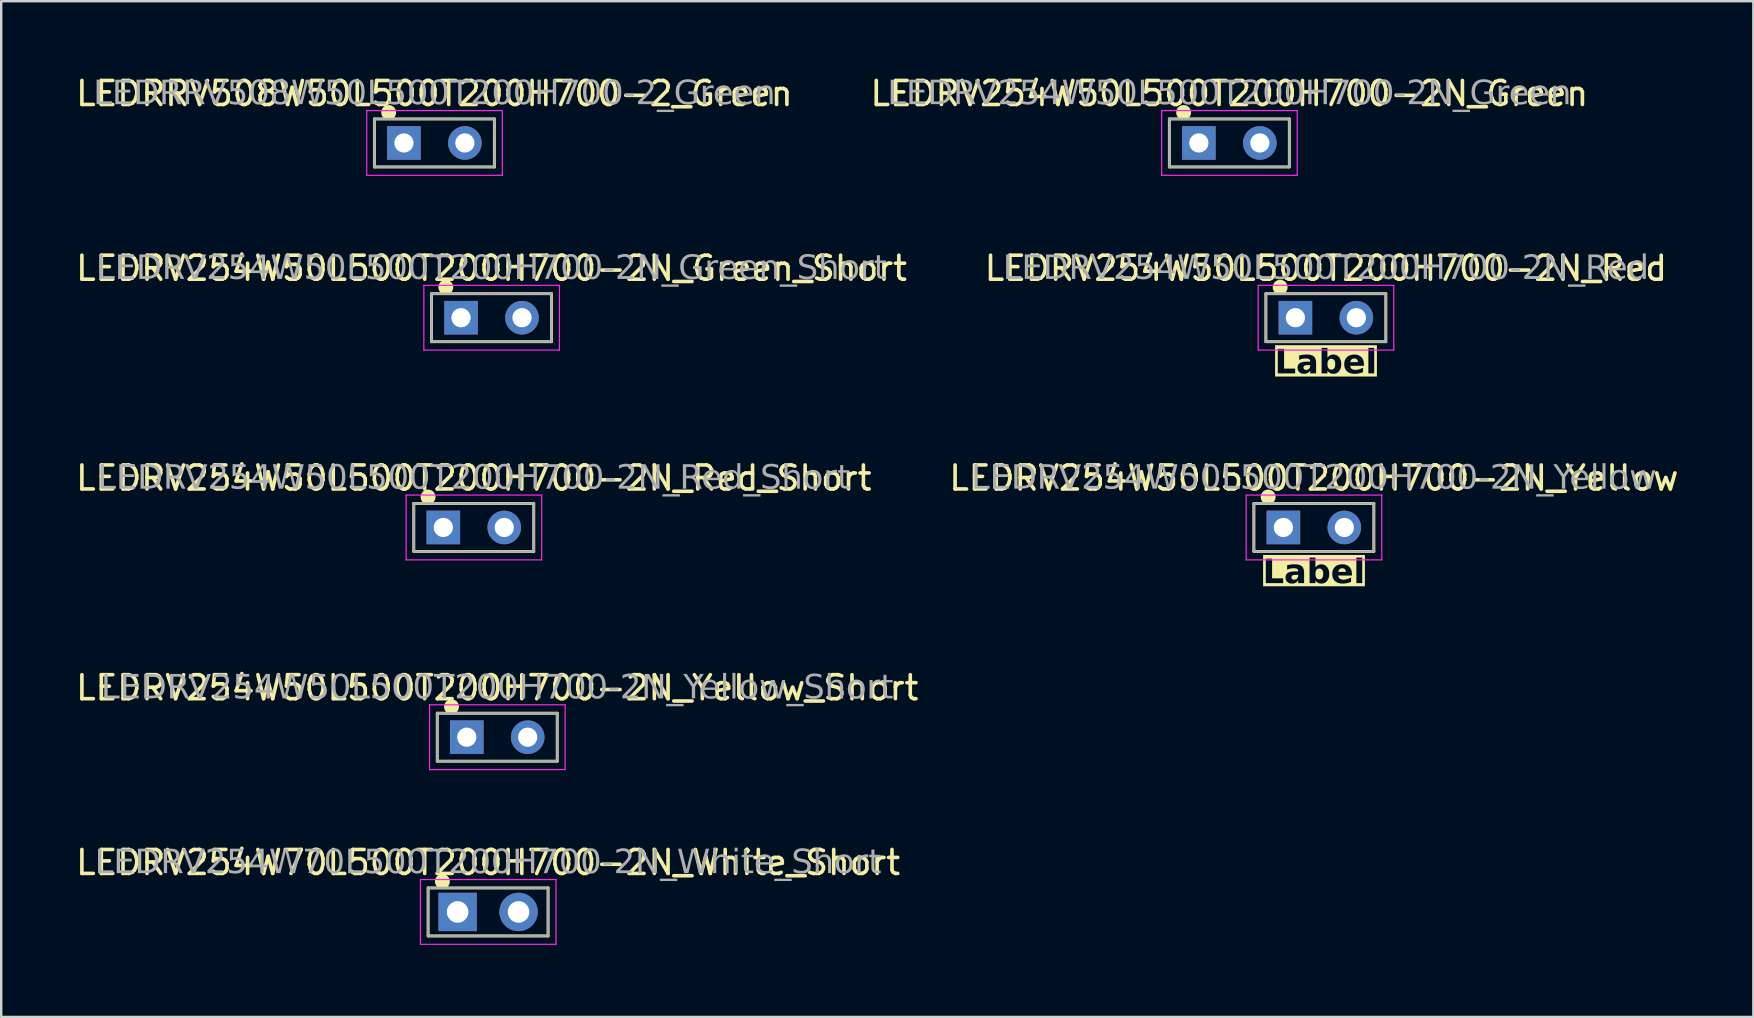
<source format=kicad_pcb>
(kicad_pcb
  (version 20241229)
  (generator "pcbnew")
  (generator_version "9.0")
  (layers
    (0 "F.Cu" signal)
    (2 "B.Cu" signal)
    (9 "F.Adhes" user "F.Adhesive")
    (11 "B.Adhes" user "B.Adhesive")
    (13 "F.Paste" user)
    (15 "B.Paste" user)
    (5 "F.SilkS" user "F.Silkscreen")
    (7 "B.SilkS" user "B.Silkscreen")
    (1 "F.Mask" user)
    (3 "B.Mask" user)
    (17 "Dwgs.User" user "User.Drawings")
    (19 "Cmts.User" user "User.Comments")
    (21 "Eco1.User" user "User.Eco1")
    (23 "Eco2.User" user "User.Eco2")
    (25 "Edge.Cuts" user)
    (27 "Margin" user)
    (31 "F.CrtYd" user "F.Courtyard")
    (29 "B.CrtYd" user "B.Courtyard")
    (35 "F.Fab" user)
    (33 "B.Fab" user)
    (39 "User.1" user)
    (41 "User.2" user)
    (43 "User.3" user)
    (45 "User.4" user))
  (footprint "LEDRRV508W50L500T200H700-2_Green"
    (layer "F.Cu")
    (at 15.054 2.908)
    (property "Reference" "LEDRRV508W50L500T200H700-2_Green" (at 0 -2.06 0) (layer "F.SilkS") (effects (font (size 1 1) (thickness 0.15))))
    (attr through_hole)
    (fp_line (start -2.5 -1) (end -2.5 1) (stroke (width 0.12) (type solid)) (layer "F.SilkS"))
    (fp_line (start -2.5 -1) (end 2.5 -1) (stroke (width 0.12) (type solid)) (layer "F.SilkS"))
    (fp_line (start -2.5 1) (end 2.5 1) (stroke (width 0.12) (type solid)) (layer "F.SilkS"))
    (fp_line (start 2.5 -1) (end 2.5 1) (stroke (width 0.12) (type solid)) (layer "F.SilkS"))
    (fp_circle (center -1.905 -1.27) (end -1.655 -1.27) (stroke (width 0.12) (type solid)) (fill yes) (layer "F.SilkS"))
    (fp_line (start -2.82 -1.35) (end -2.82 1.35) (stroke (width 0.05) (type solid)) (layer "F.CrtYd"))
    (fp_line (start -2.82 1.35) (end 2.83 1.35) (stroke (width 0.05) (type solid)) (layer "F.CrtYd"))
    (fp_line (start 2.83 -1.35) (end -2.82 -1.35) (stroke (width 0.05) (type solid)) (layer "F.CrtYd"))
    (fp_line (start 2.83 1.35) (end 2.83 -1.35) (stroke (width 0.05) (type solid)) (layer "F.CrtYd"))
    (fp_line (start -2.5 -1) (end -2.5 1) (stroke (width 0.1) (type solid)) (layer "F.Fab"))
    (fp_line (start -2.5 1) (end 2.5 1) (stroke (width 0.1) (type solid)) (layer "F.Fab"))
    (fp_line (start 2.5 -1) (end -2.5 -1) (stroke (width 0.1) (type solid)) (layer "F.Fab"))
    (fp_line (start 2.5 1) (end 2.5 -1) (stroke (width 0.1) (type solid)) (layer "F.Fab"))
    (fp_text user "${REFERENCE}" (at 0 -2.032 0) (layer "F.Fab") (effects (font (face "Tahoma") (size 1 1) (thickness 0.15))))
    (pad "A" thru_hole circle (at 1.27 0) (size 1.4 1.4) (drill 0.8) (layers "*.Cu" "*.Mask"))
    (pad "C" thru_hole rect (at -1.27 0) (size 1.4 1.4) (drill 0.8) (layers "*.Cu" "*.Mask")))
  (footprint "LEDRV254W50L500T200H700-2N_Red"
    (layer "F.Cu")
    (at 52.208 10.191)
    (property "Reference" "LEDRV254W50L500T200H700-2N_Red" (at 0 -2.06 0) (layer "F.SilkS") (effects (font (size 1 1) (thickness 0.15))))
    (property "Label" "Label" (at 0 1.905 0) (layer "F.SilkS" knockout) (effects (font (face "Tahoma") (size 1 1) (thickness 0.2) (bold yes))))
    (attr through_hole)
    (fp_line (start -2.5 -1) (end -2.5 1) (stroke (width 0.12) (type solid)) (layer "F.SilkS"))
    (fp_line (start -2.5 -1) (end 2.5 -1) (stroke (width 0.12) (type solid)) (layer "F.SilkS"))
    (fp_line (start -2.5 1) (end 2.5 1) (stroke (width 0.12) (type solid)) (layer "F.SilkS"))
    (fp_line (start 2.5 -1) (end 2.5 1) (stroke (width 0.12) (type solid)) (layer "F.SilkS"))
    (fp_circle (center -1.905 -1.27) (end -1.655 -1.27) (stroke (width 0.12) (type solid)) (fill yes) (layer "F.SilkS"))
    (fp_line (start -2.82 -1.35) (end -2.82 1.35) (stroke (width 0.05) (type solid)) (layer "F.CrtYd"))
    (fp_line (start -2.82 1.35) (end 2.83 1.35) (stroke (width 0.05) (type solid)) (layer "F.CrtYd"))
    (fp_line (start 2.83 -1.35) (end -2.82 -1.35) (stroke (width 0.05) (type solid)) (layer "F.CrtYd"))
    (fp_line (start 2.83 1.35) (end 2.83 -1.35) (stroke (width 0.05) (type solid)) (layer "F.CrtYd"))
    (fp_line (start -2.5 -1) (end -2.5 1) (stroke (width 0.1) (type solid)) (layer "F.Fab"))
    (fp_line (start -2.5 1) (end 2.5 1) (stroke (width 0.1) (type solid)) (layer "F.Fab"))
    (fp_line (start 2.5 -1) (end -2.5 -1) (stroke (width 0.1) (type solid)) (layer "F.Fab"))
    (fp_line (start 2.5 1) (end 2.5 -1) (stroke (width 0.1) (type solid)) (layer "F.Fab"))
    (fp_text user "${REFERENCE}" (at 0 -2.032 0) (layer "F.Fab") (effects (font (face "Tahoma") (size 1 1) (thickness 0.15))))
    (pad "A" thru_hole circle (at 1.27 0) (size 1.4 1.4) (drill 0.8) (layers "*.Cu" "*.Mask"))
    (pad "C" thru_hole rect (at -1.27 0) (size 1.4 1.4) (drill 0.8) (layers "*.Cu" "*.Mask")))
  (footprint "LEDRV254W50L500T200H700-2N_Yellow"
    (layer "F.Cu")
    (at 51.708 18.933)
    (property "Reference" "LEDRV254W50L500T200H700-2N_Yellow" (at 0 -2.06 0) (layer "F.SilkS") (effects (font (size 1 1) (thickness 0.15))))
    (property "Label" "Label" (at 0 1.905 0) (layer "F.SilkS" knockout) (effects (font (face "Tahoma") (size 1 1) (thickness 0.2) (bold yes))))
    (attr through_hole)
    (fp_line (start -2.5 -1) (end -2.5 1) (stroke (width 0.12) (type solid)) (layer "F.SilkS"))
    (fp_line (start -2.5 -1) (end 2.5 -1) (stroke (width 0.12) (type solid)) (layer "F.SilkS"))
    (fp_line (start -2.5 1) (end 2.5 1) (stroke (width 0.12) (type solid)) (layer "F.SilkS"))
    (fp_line (start 2.5 -1) (end 2.5 1) (stroke (width 0.12) (type solid)) (layer "F.SilkS"))
    (fp_circle (center -1.905 -1.27) (end -1.655 -1.27) (stroke (width 0.12) (type solid)) (fill yes) (layer "F.SilkS"))
    (fp_line (start -2.82 -1.35) (end -2.82 1.35) (stroke (width 0.05) (type solid)) (layer "F.CrtYd"))
    (fp_line (start -2.82 1.35) (end 2.83 1.35) (stroke (width 0.05) (type solid)) (layer "F.CrtYd"))
    (fp_line (start 2.83 -1.35) (end -2.82 -1.35) (stroke (width 0.05) (type solid)) (layer "F.CrtYd"))
    (fp_line (start 2.83 1.35) (end 2.83 -1.35) (stroke (width 0.05) (type solid)) (layer "F.CrtYd"))
    (fp_line (start -2.5 -1) (end -2.5 1) (stroke (width 0.1) (type solid)) (layer "F.Fab"))
    (fp_line (start -2.5 1) (end 2.5 1) (stroke (width 0.1) (type solid)) (layer "F.Fab"))
    (fp_line (start 2.5 -1) (end -2.5 -1) (stroke (width 0.1) (type solid)) (layer "F.Fab"))
    (fp_line (start 2.5 1) (end 2.5 -1) (stroke (width 0.1) (type solid)) (layer "F.Fab"))
    (fp_text user "${REFERENCE}" (at 0 -2.032 0) (layer "F.Fab") (effects (font (face "Tahoma") (size 1 1) (thickness 0.15))))
    (pad "A" thru_hole circle (at 1.27 0) (size 1.4 1.4) (drill 0.8) (layers "*.Cu" "*.Mask"))
    (pad "C" thru_hole rect (at -1.27 0) (size 1.4 1.4) (drill 0.8) (layers "*.Cu" "*.Mask")))
  (footprint "LEDRV254W50L500T200H700-2N_Green"
    (layer "F.Cu")
    (at 48.185 2.908)
    (property "Reference" "LEDRV254W50L500T200H700-2N_Green" (at 0 -2.06 0) (layer "F.SilkS") (effects (font (size 1 1) (thickness 0.15))))
    (attr through_hole)
    (fp_line (start -2.5 -1) (end -2.5 1) (stroke (width 0.12) (type solid)) (layer "F.SilkS"))
    (fp_line (start -2.5 -1) (end 2.5 -1) (stroke (width 0.12) (type solid)) (layer "F.SilkS"))
    (fp_line (start -2.5 1) (end 2.5 1) (stroke (width 0.12) (type solid)) (layer "F.SilkS"))
    (fp_line (start 2.5 -1) (end 2.5 1) (stroke (width 0.12) (type solid)) (layer "F.SilkS"))
    (fp_circle (center -1.905 -1.27) (end -1.655 -1.27) (stroke (width 0.12) (type solid)) (fill yes) (layer "F.SilkS"))
    (fp_line (start -2.82 -1.35) (end -2.82 1.35) (stroke (width 0.05) (type solid)) (layer "F.CrtYd"))
    (fp_line (start -2.82 1.35) (end 2.83 1.35) (stroke (width 0.05) (type solid)) (layer "F.CrtYd"))
    (fp_line (start 2.83 -1.35) (end -2.82 -1.35) (stroke (width 0.05) (type solid)) (layer "F.CrtYd"))
    (fp_line (start 2.83 1.35) (end 2.83 -1.35) (stroke (width 0.05) (type solid)) (layer "F.CrtYd"))
    (fp_line (start -2.5 -1) (end -2.5 1) (stroke (width 0.1) (type solid)) (layer "F.Fab"))
    (fp_line (start -2.5 1) (end 2.5 1) (stroke (width 0.1) (type solid)) (layer "F.Fab"))
    (fp_line (start 2.5 -1) (end -2.5 -1) (stroke (width 0.1) (type solid)) (layer "F.Fab"))
    (fp_line (start 2.5 1) (end 2.5 -1) (stroke (width 0.1) (type solid)) (layer "F.Fab"))
    (fp_text user "${REFERENCE}" (at 0 -2.032 0) (layer "F.Fab") (effects (font (face "Tahoma") (size 1 1) (thickness 0.15))))
    (pad "A" thru_hole circle (at 1.27 0) (size 1.4 1.4) (drill 0.8) (layers "*.Cu" "*.Mask"))
    (pad "C" thru_hole rect (at -1.27 0) (size 1.4 1.4) (drill 0.8) (layers "*.Cu" "*.Mask")))
  (footprint "LEDRV254W50L500T200H700-2N_Yellow_Short"
    (layer "F.Cu")
    (at 17.673 27.674)
    (property "Reference" "LEDRV254W50L500T200H700-2N_Yellow_Short" (at 0 -2.06 0) (layer "F.SilkS") (effects (font (size 1 1) (thickness 0.15))))
    (attr through_hole)
    (fp_line (start -2.5 -1) (end -2.5 1) (stroke (width 0.12) (type solid)) (layer "F.SilkS"))
    (fp_line (start -2.5 -1) (end 2.5 -1) (stroke (width 0.12) (type solid)) (layer "F.SilkS"))
    (fp_line (start -2.5 1) (end 2.5 1) (stroke (width 0.12) (type solid)) (layer "F.SilkS"))
    (fp_line (start 2.5 -1) (end 2.5 1) (stroke (width 0.12) (type solid)) (layer "F.SilkS"))
    (fp_circle (center -1.905 -1.27) (end -1.655 -1.27) (stroke (width 0.12) (type solid)) (fill yes) (layer "F.SilkS"))
    (fp_line (start -2.82 -1.35) (end -2.82 1.35) (stroke (width 0.05) (type solid)) (layer "F.CrtYd"))
    (fp_line (start -2.82 1.35) (end 2.83 1.35) (stroke (width 0.05) (type solid)) (layer "F.CrtYd"))
    (fp_line (start 2.83 -1.35) (end -2.82 -1.35) (stroke (width 0.05) (type solid)) (layer "F.CrtYd"))
    (fp_line (start 2.83 1.35) (end 2.83 -1.35) (stroke (width 0.05) (type solid)) (layer "F.CrtYd"))
    (fp_line (start -2.5 -1) (end -2.5 1) (stroke (width 0.1) (type solid)) (layer "F.Fab"))
    (fp_line (start -2.5 1) (end 2.5 1) (stroke (width 0.1) (type solid)) (layer "F.Fab"))
    (fp_line (start 2.5 -1) (end -2.5 -1) (stroke (width 0.1) (type solid)) (layer "F.Fab"))
    (fp_line (start 2.5 1) (end 2.5 -1) (stroke (width 0.1) (type solid)) (layer "F.Fab"))
    (fp_text user "${REFERENCE}" (at 0 -2.032 0) (layer "F.Fab") (effects (font (face "Tahoma") (size 1 1) (thickness 0.15))))
    (pad "A" thru_hole circle (at 1.27 0) (size 1.4 1.4) (drill 0.8) (layers "*.Cu" "*.Mask"))
    (pad "C" thru_hole rect (at -1.27 0) (size 1.4 1.4) (drill 0.8) (layers "*.Cu" "*.Mask")))
  (footprint "LEDRV254W70L500T200H700-2N_White_Short"
    (layer "F.Cu")
    (at 17.292 34.957)
    (property "Reference" "LEDRV254W70L500T200H700-2N_White_Short" (at 0 -2.06 0) (layer "F.SilkS") (effects (font (size 1 1) (thickness 0.15))))
    (attr through_hole)
    (fp_line (start -2.5 -1) (end -2.5 1) (stroke (width 0.12) (type solid)) (layer "F.SilkS"))
    (fp_line (start -2.5 -1) (end 2.5 -1) (stroke (width 0.12) (type solid)) (layer "F.SilkS"))
    (fp_line (start -2.5 1) (end 2.5 1) (stroke (width 0.12) (type solid)) (layer "F.SilkS"))
    (fp_line (start 2.5 -1) (end 2.5 1) (stroke (width 0.12) (type solid)) (layer "F.SilkS"))
    (fp_circle (center -1.905 -1.27) (end -1.655 -1.27) (stroke (width 0.12) (type solid)) (fill yes) (layer "F.SilkS"))
    (fp_line (start -2.82 -1.35) (end -2.82 1.35) (stroke (width 0.05) (type solid)) (layer "F.CrtYd"))
    (fp_line (start -2.82 1.35) (end 2.83 1.35) (stroke (width 0.05) (type solid)) (layer "F.CrtYd"))
    (fp_line (start 2.83 -1.35) (end -2.82 -1.35) (stroke (width 0.05) (type solid)) (layer "F.CrtYd"))
    (fp_line (start 2.83 1.35) (end 2.83 -1.35) (stroke (width 0.05) (type solid)) (layer "F.CrtYd"))
    (fp_line (start -2.5 -1) (end -2.5 1) (stroke (width 0.1) (type solid)) (layer "F.Fab"))
    (fp_line (start -2.5 1) (end 2.5 1) (stroke (width 0.1) (type solid)) (layer "F.Fab"))
    (fp_line (start 2.5 -1) (end -2.5 -1) (stroke (width 0.1) (type solid)) (layer "F.Fab"))
    (fp_line (start 2.5 1) (end 2.5 -1) (stroke (width 0.1) (type solid)) (layer "F.Fab"))
    (fp_text user "${REFERENCE}" (at 0 -2.032 0) (layer "F.Fab") (effects (font (face "Tahoma") (size 1 1) (thickness 0.15))))
    (pad "A" thru_hole circle (at 1.27 0) (size 1.6 1.6) (drill 0.9) (layers "*.Cu" "*.Mask"))
    (pad "C" thru_hole rect (at -1.27 0) (size 1.6 1.6) (drill 0.9) (layers "*.Cu" "*.Mask")))
  (footprint "LEDRV254W50L500T200H700-2N_Green_Short"
    (layer "F.Cu")
    (at 17.435 10.191)
    (property "Reference" "LEDRV254W50L500T200H700-2N_Green_Short" (at 0 -2.06 0) (layer "F.SilkS") (effects (font (size 1 1) (thickness 0.15))))
    (attr through_hole)
    (fp_line (start -2.5 -1) (end -2.5 1) (stroke (width 0.12) (type solid)) (layer "F.SilkS"))
    (fp_line (start -2.5 -1) (end 2.5 -1) (stroke (width 0.12) (type solid)) (layer "F.SilkS"))
    (fp_line (start -2.5 1) (end 2.5 1) (stroke (width 0.12) (type solid)) (layer "F.SilkS"))
    (fp_line (start 2.5 -1) (end 2.5 1) (stroke (width 0.12) (type solid)) (layer "F.SilkS"))
    (fp_circle (center -1.905 -1.27) (end -1.655 -1.27) (stroke (width 0.12) (type solid)) (fill yes) (layer "F.SilkS"))
    (fp_line (start -2.82 -1.35) (end -2.82 1.35) (stroke (width 0.05) (type solid)) (layer "F.CrtYd"))
    (fp_line (start -2.82 1.35) (end 2.83 1.35) (stroke (width 0.05) (type solid)) (layer "F.CrtYd"))
    (fp_line (start 2.83 -1.35) (end -2.82 -1.35) (stroke (width 0.05) (type solid)) (layer "F.CrtYd"))
    (fp_line (start 2.83 1.35) (end 2.83 -1.35) (stroke (width 0.05) (type solid)) (layer "F.CrtYd"))
    (fp_line (start -2.5 -1) (end -2.5 1) (stroke (width 0.1) (type solid)) (layer "F.Fab"))
    (fp_line (start -2.5 1) (end 2.5 1) (stroke (width 0.1) (type solid)) (layer "F.Fab"))
    (fp_line (start 2.5 -1) (end -2.5 -1) (stroke (width 0.1) (type solid)) (layer "F.Fab"))
    (fp_line (start 2.5 1) (end 2.5 -1) (stroke (width 0.1) (type solid)) (layer "F.Fab"))
    (fp_text user "${REFERENCE}" (at 0 -2.032 0) (layer "F.Fab") (effects (font (face "Tahoma") (size 1 1) (thickness 0.15))))
    (pad "A" thru_hole circle (at 1.27 0) (size 1.4 1.4) (drill 0.8) (layers "*.Cu" "*.Mask"))
    (pad "C" thru_hole rect (at -1.27 0) (size 1.4 1.4) (drill 0.8) (layers "*.Cu" "*.Mask")))
  (footprint "LEDRV254W50L500T200H700-2N_Red_Short"
    (layer "F.Cu")
    (at 16.696 18.933)
    (property "Reference" "LEDRV254W50L500T200H700-2N_Red_Short" (at 0 -2.06 0) (layer "F.SilkS") (effects (font (size 1 1) (thickness 0.15))))
    (attr through_hole)
    (fp_line (start -2.5 -1) (end -2.5 1) (stroke (width 0.12) (type solid)) (layer "F.SilkS"))
    (fp_line (start -2.5 -1) (end 2.5 -1) (stroke (width 0.12) (type solid)) (layer "F.SilkS"))
    (fp_line (start -2.5 1) (end 2.5 1) (stroke (width 0.12) (type solid)) (layer "F.SilkS"))
    (fp_line (start 2.5 -1) (end 2.5 1) (stroke (width 0.12) (type solid)) (layer "F.SilkS"))
    (fp_circle (center -1.905 -1.27) (end -1.655 -1.27) (stroke (width 0.12) (type solid)) (fill yes) (layer "F.SilkS"))
    (fp_line (start -2.82 -1.35) (end -2.82 1.35) (stroke (width 0.05) (type solid)) (layer "F.CrtYd"))
    (fp_line (start -2.82 1.35) (end 2.83 1.35) (stroke (width 0.05) (type solid)) (layer "F.CrtYd"))
    (fp_line (start 2.83 -1.35) (end -2.82 -1.35) (stroke (width 0.05) (type solid)) (layer "F.CrtYd"))
    (fp_line (start 2.83 1.35) (end 2.83 -1.35) (stroke (width 0.05) (type solid)) (layer "F.CrtYd"))
    (fp_line (start -2.5 -1) (end -2.5 1) (stroke (width 0.1) (type solid)) (layer "F.Fab"))
    (fp_line (start -2.5 1) (end 2.5 1) (stroke (width 0.1) (type solid)) (layer "F.Fab"))
    (fp_line (start 2.5 -1) (end -2.5 -1) (stroke (width 0.1) (type solid)) (layer "F.Fab"))
    (fp_line (start 2.5 1) (end 2.5 -1) (stroke (width 0.1) (type solid)) (layer "F.Fab"))
    (fp_text user "${REFERENCE}" (at 0 -2.032 0) (layer "F.Fab") (effects (font (face "Tahoma") (size 1 1) (thickness 0.15))))
    (pad "A" thru_hole circle (at 1.27 0) (size 1.4 1.4) (drill 0.8) (layers "*.Cu" "*.Mask"))
    (pad "C" thru_hole rect (at -1.27 0) (size 1.4 1.4) (drill 0.8) (layers "*.Cu" "*.Mask")))
  (gr_rect
    (start -3 -3)
    (end 70.024 39.332)
    (stroke (width 0.1) (type default))
    (fill no)
    (layer "Edge.Cuts")))
</source>
